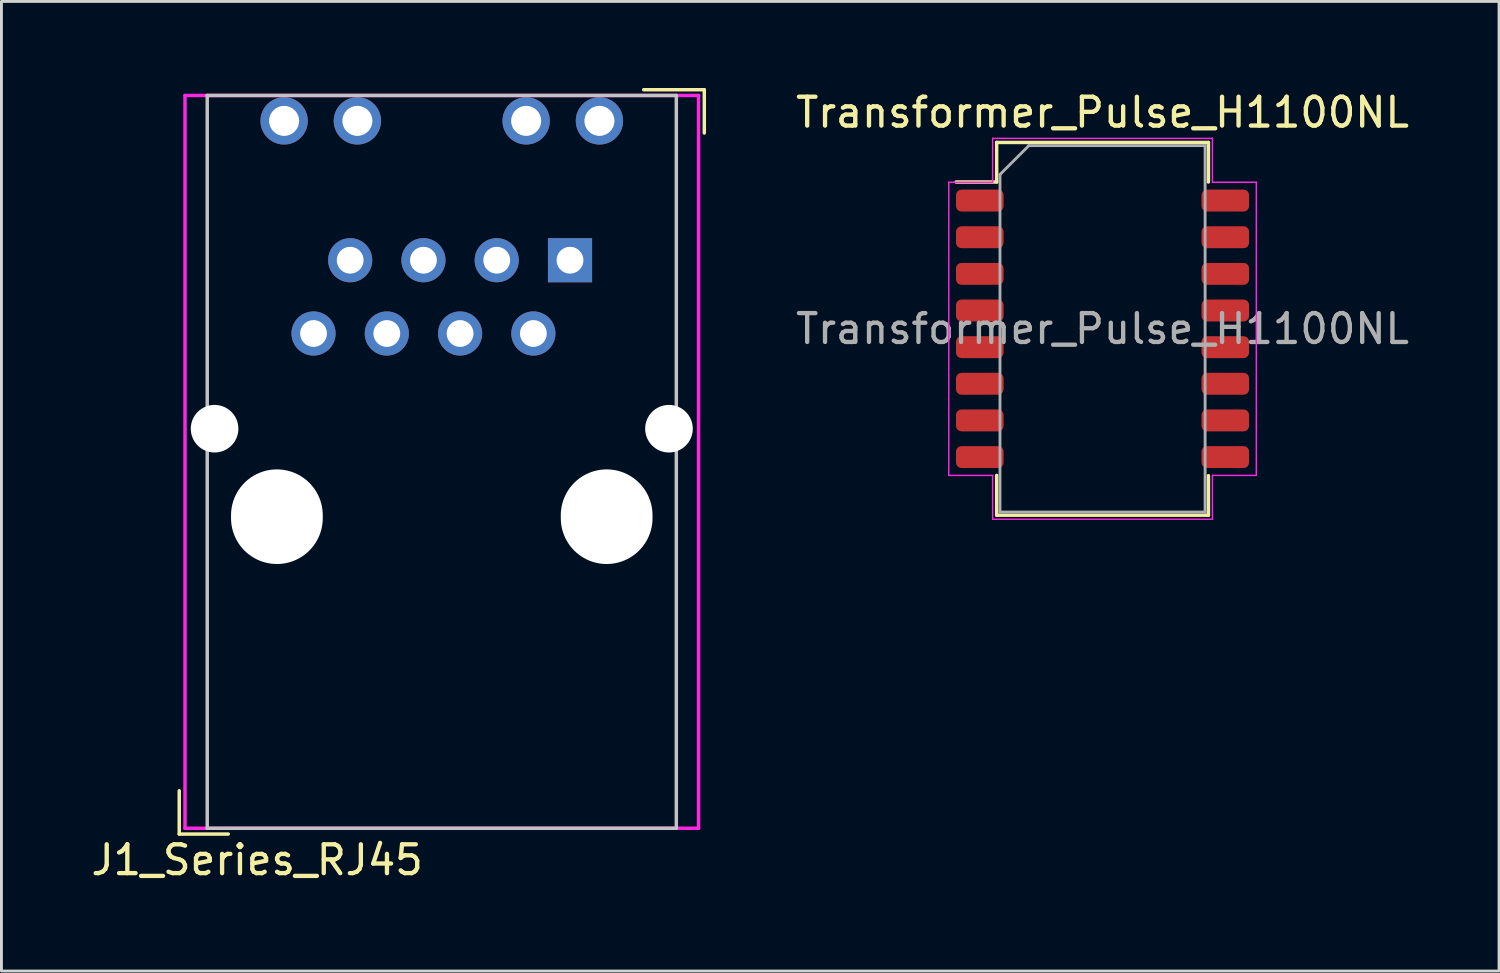
<source format=kicad_pcb>
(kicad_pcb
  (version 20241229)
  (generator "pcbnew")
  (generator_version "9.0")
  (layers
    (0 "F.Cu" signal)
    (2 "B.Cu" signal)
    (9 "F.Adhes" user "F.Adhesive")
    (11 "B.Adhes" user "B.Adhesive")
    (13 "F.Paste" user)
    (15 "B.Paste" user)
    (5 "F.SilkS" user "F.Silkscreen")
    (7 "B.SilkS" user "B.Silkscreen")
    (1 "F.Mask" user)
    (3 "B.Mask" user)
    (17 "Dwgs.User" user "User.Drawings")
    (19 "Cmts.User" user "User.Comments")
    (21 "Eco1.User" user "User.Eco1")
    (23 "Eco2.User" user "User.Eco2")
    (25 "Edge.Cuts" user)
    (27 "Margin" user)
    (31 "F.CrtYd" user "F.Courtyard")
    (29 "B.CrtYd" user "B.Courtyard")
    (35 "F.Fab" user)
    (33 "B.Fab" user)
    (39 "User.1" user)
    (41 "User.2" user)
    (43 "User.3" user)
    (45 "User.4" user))
  (footprint "Transformer_Pulse_H1100NL"
    (layer "F.Cu")
    (at 35.167 8.348)
    (property "Reference" "Transformer_Pulse_H1100NL" (at 0 -7.5 0) (layer "F.SilkS") (effects (font (size 1 1) (thickness 0.15))))
    (attr smd)
    (fp_line (start -3.67 -6.46) (end -3.67 -5.09) (stroke (width 0.12) (type solid)) (layer "F.SilkS"))
    (fp_line (start -3.67 -5.09) (end -5.075 -5.09) (stroke (width 0.12) (type solid)) (layer "F.SilkS"))
    (fp_line (start -3.67 6.46) (end -3.67 5.08) (stroke (width 0.12) (type solid)) (layer "F.SilkS"))
    (fp_line (start 3.67 -6.46) (end -3.67 -6.46) (stroke (width 0.12) (type solid)) (layer "F.SilkS"))
    (fp_line (start 3.67 -5.09) (end 3.67 -6.46) (stroke (width 0.12) (type solid)) (layer "F.SilkS"))
    (fp_line (start 3.67 6.46) (end -3.67 6.46) (stroke (width 0.12) (type solid)) (layer "F.SilkS"))
    (fp_line (start 3.67 6.46) (end 3.67 5.09) (stroke (width 0.12) (type solid)) (layer "F.SilkS"))
    (fp_line (start -5.33 -5.08) (end -3.81 -5.08) (stroke (width 0.05) (type solid)) (layer "F.CrtYd"))
    (fp_line (start -5.33 5.08) (end -5.33 -5.08) (stroke (width 0.05) (type solid)) (layer "F.CrtYd"))
    (fp_line (start -5.33 5.08) (end -3.81 5.08) (stroke (width 0.05) (type solid)) (layer "F.CrtYd"))
    (fp_line (start -3.81 -6.6) (end -3.81 -5.08) (stroke (width 0.05) (type solid)) (layer "F.CrtYd"))
    (fp_line (start -3.81 -6.6) (end 3.81 -6.6) (stroke (width 0.05) (type solid)) (layer "F.CrtYd"))
    (fp_line (start -3.81 6.6) (end -3.81 5.08) (stroke (width 0.05) (type solid)) (layer "F.CrtYd"))
    (fp_line (start -3.81 6.6) (end 3.81 6.6) (stroke (width 0.05) (type solid)) (layer "F.CrtYd"))
    (fp_line (start 3.81 -6.6) (end 3.81 -5.08) (stroke (width 0.05) (type solid)) (layer "F.CrtYd"))
    (fp_line (start 3.81 6.6) (end 3.81 5.08) (stroke (width 0.05) (type solid)) (layer "F.CrtYd"))
    (fp_line (start 5.33 -5.08) (end 3.81 -5.08) (stroke (width 0.05) (type solid)) (layer "F.CrtYd"))
    (fp_line (start 5.33 -5.08) (end 5.33 5.08) (stroke (width 0.05) (type solid)) (layer "F.CrtYd"))
    (fp_line (start 5.33 5.08) (end 3.81 5.08) (stroke (width 0.05) (type solid)) (layer "F.CrtYd"))
    (fp_line (start -3.555 -5.35) (end -3.555 6.35) (stroke (width 0.1) (type solid)) (layer "F.Fab"))
    (fp_line (start -3.555 -5.35) (end -2.555 -6.35) (stroke (width 0.1) (type solid)) (layer "F.Fab"))
    (fp_line (start -3.555 6.35) (end 3.555 6.35) (stroke (width 0.1) (type solid)) (layer "F.Fab"))
    (fp_line (start -2.555 -6.35) (end 3.555 -6.35) (stroke (width 0.1) (type solid)) (layer "F.Fab"))
    (fp_line (start 3.555 -6.35) (end 3.555 6.35) (stroke (width 0.1) (type solid)) (layer "F.Fab"))
    (fp_text user "${REFERENCE}" (at 0 0 0) (layer "F.Fab") (effects (font (size 1 1) (thickness 0.15))))
    (pad "1" smd roundrect (at -4.255 -4.445) (size 1.65 0.76) (layers "F.Cu" "F.Mask" "F.Paste") (roundrect_rratio 0.25))
    (pad "2" smd roundrect (at -4.255 -3.175) (size 1.65 0.76) (layers "F.Cu" "F.Mask" "F.Paste") (roundrect_rratio 0.25))
    (pad "3" smd roundrect (at -4.255 -1.905) (size 1.65 0.76) (layers "F.Cu" "F.Mask" "F.Paste") (roundrect_rratio 0.25))
    (pad "4" smd roundrect (at -4.255 -0.635) (size 1.65 0.76) (layers "F.Cu" "F.Mask" "F.Paste") (roundrect_rratio 0.25))
    (pad "5" smd roundrect (at -4.255 0.635) (size 1.65 0.76) (layers "F.Cu" "F.Mask" "F.Paste") (roundrect_rratio 0.25))
    (pad "6" smd roundrect (at -4.255 1.905) (size 1.65 0.76) (layers "F.Cu" "F.Mask" "F.Paste") (roundrect_rratio 0.25))
    (pad "7" smd roundrect (at -4.255 3.175) (size 1.65 0.76) (layers "F.Cu" "F.Mask" "F.Paste") (roundrect_rratio 0.25))
    (pad "8" smd roundrect (at -4.255 4.445) (size 1.65 0.76) (layers "F.Cu" "F.Mask" "F.Paste") (roundrect_rratio 0.25))
    (pad "9" smd roundrect (at 4.255 4.445) (size 1.65 0.76) (layers "F.Cu" "F.Mask" "F.Paste") (roundrect_rratio 0.25))
    (pad "10" smd roundrect (at 4.255 3.175) (size 1.65 0.76) (layers "F.Cu" "F.Mask" "F.Paste") (roundrect_rratio 0.25))
    (pad "11" smd roundrect (at 4.255 1.905) (size 1.65 0.76) (layers "F.Cu" "F.Mask" "F.Paste") (roundrect_rratio 0.25))
    (pad "12" smd roundrect (at 4.255 0.635) (size 1.65 0.76) (layers "F.Cu" "F.Mask" "F.Paste") (roundrect_rratio 0.25))
    (pad "13" smd roundrect (at 4.255 -0.635) (size 1.65 0.76) (layers "F.Cu" "F.Mask" "F.Paste") (roundrect_rratio 0.25))
    (pad "14" smd roundrect (at 4.255 -1.905) (size 1.65 0.76) (layers "F.Cu" "F.Mask" "F.Paste") (roundrect_rratio 0.25))
    (pad "15" smd roundrect (at 4.255 -3.175) (size 1.65 0.76) (layers "F.Cu" "F.Mask" "F.Paste") (roundrect_rratio 0.25))
    (pad "16" smd roundrect (at 4.255 -4.445) (size 1.65 0.76) (layers "F.Cu" "F.Mask" "F.Paste") (roundrect_rratio 0.25)))
  (footprint "J1_Series_RJ45"
    (layer "F.Cu")
    (at 12.263 14.86)
    (property "Reference" "J1_Series_RJ45" (at -6.4 11.9 0) (layer "F.SilkS") (effects (font (size 1 1) (thickness 0.15))))
    (attr through_hole)
    (fp_line (start -9.1 9.5) (end -9.1 11) (stroke (width 0.12) (type solid)) (layer "F.SilkS"))
    (fp_line (start -9.1 11) (end -7.4 11) (stroke (width 0.12) (type solid)) (layer "F.SilkS"))
    (fp_line (start 7 -14.8) (end 9.1 -14.8) (stroke (width 0.12) (type solid)) (layer "F.SilkS"))
    (fp_line (start 9.1 -14.8) (end 9.1 -13.3) (stroke (width 0.12) (type solid)) (layer "F.SilkS"))
    (fp_line (start -8.13 -14.6) (end -8.13 10.8) (stroke (width 0.12) (type solid)) (layer "Dwgs.User"))
    (fp_line (start -8.13 10.8) (end 8.13 10.8) (stroke (width 0.12) (type solid)) (layer "Dwgs.User"))
    (fp_line (start 8.13 -14.6) (end -8.13 -14.6) (stroke (width 0.12) (type solid)) (layer "Dwgs.User"))
    (fp_line (start 8.13 10.8) (end 8.13 -14.6) (stroke (width 0.12) (type solid)) (layer "Dwgs.User"))
    (fp_line (start -8.9 -14.6) (end -8.9 10.8) (stroke (width 0.12) (type solid)) (layer "F.CrtYd"))
    (fp_line (start -8.9 10.8) (end 8.9 10.8) (stroke (width 0.12) (type solid)) (layer "F.CrtYd"))
    (fp_line (start 8.9 -14.6) (end -8.9 -14.6) (stroke (width 0.12) (type solid)) (layer "F.CrtYd"))
    (fp_line (start 8.9 10.8) (end 8.9 -14.6) (stroke (width 0.12) (type solid)) (layer "F.CrtYd"))
    (pad "" np_thru_hole circle (at -7.875 -3.05) (size 1.65 1.65) (drill 1.65) (layers "*.Cu" "*.Mask"))
    (pad "" np_thru_hole oval (at -5.715 0) (size 3.18 3.28) (drill oval 3.18 3.28) (layers "*.Cu" "*.Mask"))
    (pad "" np_thru_hole oval (at 5.715 0) (size 3.18 3.28) (drill oval 3.18 3.28) (layers "*.Cu" "*.Mask"))
    (pad "" np_thru_hole circle (at 7.875 -3.05) (size 1.65 1.65) (drill 1.65) (layers "*.Cu" "*.Mask"))
    (pad "1" thru_hole rect (at 4.445 -8.89) (size 1.53 1.53) (drill 0.93) (layers "*.Cu" "*.Mask"))
    (pad "2" thru_hole circle (at 3.175 -6.35) (size 1.53 1.53) (drill 0.93) (layers "*.Cu" "*.Mask"))
    (pad "3" thru_hole circle (at 1.905 -8.89) (size 1.53 1.53) (drill 0.93) (layers "*.Cu" "*.Mask"))
    (pad "4" thru_hole circle (at 0.635 -6.35) (size 1.53 1.53) (drill 0.93) (layers "*.Cu" "*.Mask"))
    (pad "5" thru_hole circle (at -0.635 -8.89) (size 1.53 1.53) (drill 0.93) (layers "*.Cu" "*.Mask"))
    (pad "6" thru_hole circle (at -1.905 -6.35) (size 1.53 1.53) (drill 0.93) (layers "*.Cu" "*.Mask"))
    (pad "7" thru_hole circle (at -3.175 -8.89) (size 1.53 1.53) (drill 0.93) (layers "*.Cu" "*.Mask"))
    (pad "8" thru_hole circle (at -4.445 -6.35) (size 1.53 1.53) (drill 0.93) (layers "*.Cu" "*.Mask"))
    (pad "9" thru_hole circle (at 5.465 -13.72) (size 1.64 1.64) (drill 1.04) (layers "*.Cu" "*.Mask"))
    (pad "10" thru_hole circle (at 2.925 -13.72) (size 1.64 1.64) (drill 1.04) (layers "*.Cu" "*.Mask"))
    (pad "11" thru_hole circle (at -2.925 -13.72) (size 1.64 1.64) (drill 1.04) (layers "*.Cu" "*.Mask"))
    (pad "12" thru_hole circle (at -5.465 -13.72) (size 1.64 1.64) (drill 1.04) (layers "*.Cu" "*.Mask")))
  (gr_rect
    (start -3 -3)
    (end 48.911 30.608)
    (stroke (width 0.1) (type default))
    (fill no)
    (layer "Edge.Cuts")))
</source>
